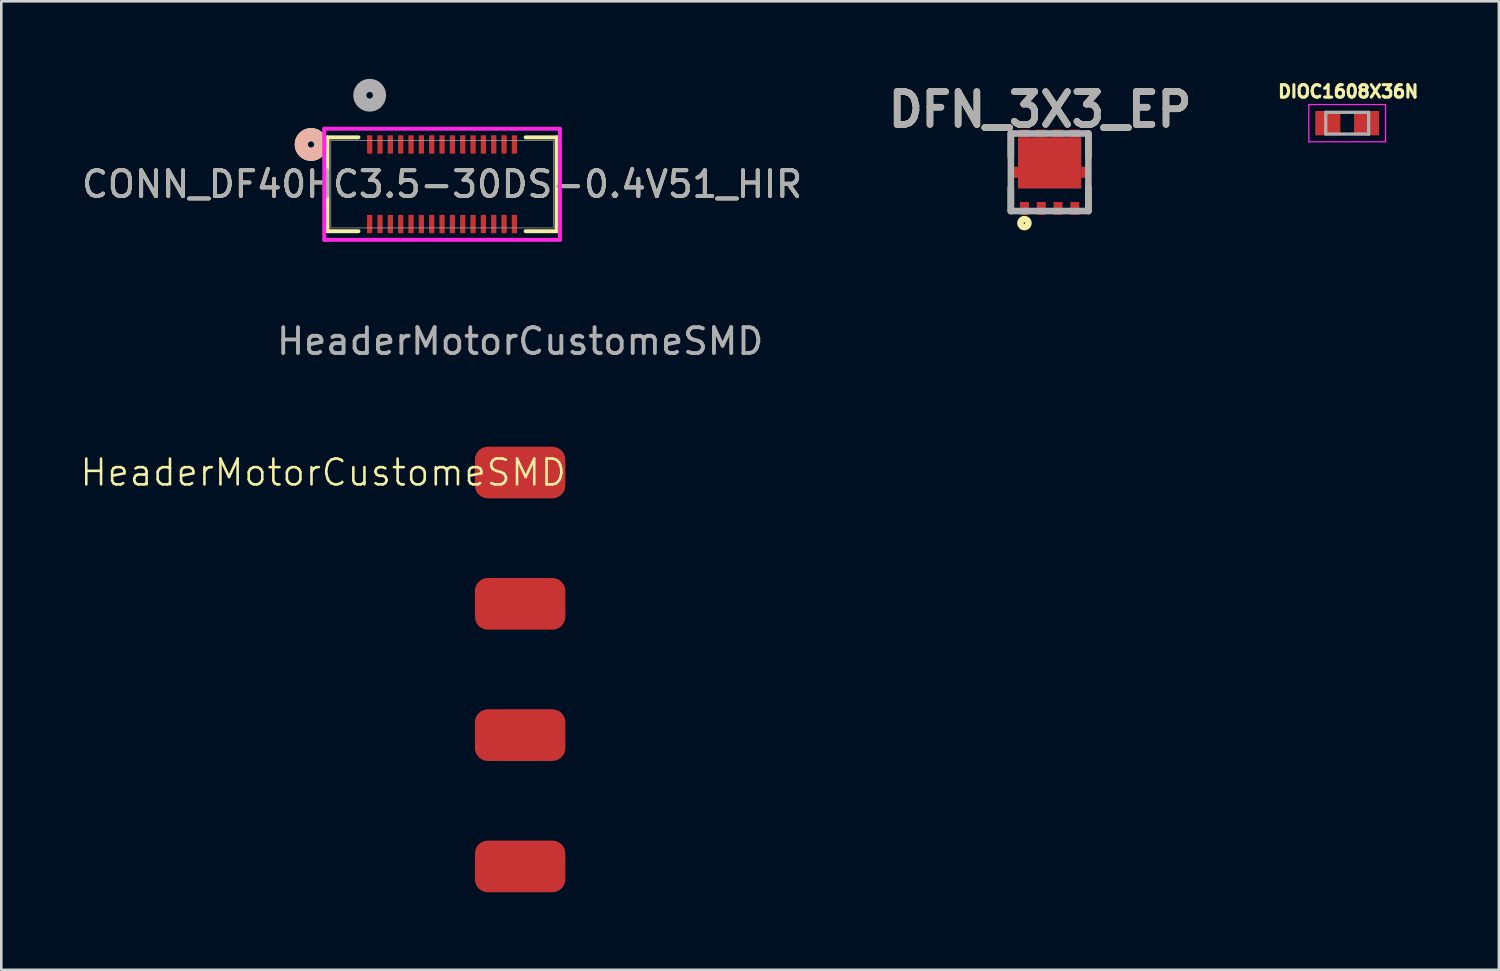
<source format=kicad_pcb>
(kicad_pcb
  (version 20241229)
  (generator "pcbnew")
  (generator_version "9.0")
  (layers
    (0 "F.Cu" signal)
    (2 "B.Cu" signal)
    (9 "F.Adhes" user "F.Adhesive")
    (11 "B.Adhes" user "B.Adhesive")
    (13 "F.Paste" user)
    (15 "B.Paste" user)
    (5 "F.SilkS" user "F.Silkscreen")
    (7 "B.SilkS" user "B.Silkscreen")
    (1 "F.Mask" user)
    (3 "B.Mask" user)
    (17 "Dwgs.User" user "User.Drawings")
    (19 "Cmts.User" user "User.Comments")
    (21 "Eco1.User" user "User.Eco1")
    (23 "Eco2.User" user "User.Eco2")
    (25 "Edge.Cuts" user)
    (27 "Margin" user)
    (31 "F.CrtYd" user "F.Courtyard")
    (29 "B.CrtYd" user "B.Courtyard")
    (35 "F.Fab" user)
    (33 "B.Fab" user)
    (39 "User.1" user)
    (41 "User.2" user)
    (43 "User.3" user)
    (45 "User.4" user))
  (footprint "DIOC1608X36N"
    (layer "F.Cu")
    (at 49.077 1.716)
    (property "Reference" "DIOC1608X36N" (at 0.039 -1.225 0) (layer "F.SilkS") (effects (font (size 0.48 0.48) (thickness 0.12))))
    (attr smd)
    (fp_line (start -1.485 -0.72) (end -1.485 0.72) (stroke (width 0.05) (type solid)) (layer "F.CrtYd"))
    (fp_line (start -1.485 0.72) (end 1.485 0.72) (stroke (width 0.05) (type solid)) (layer "F.CrtYd"))
    (fp_line (start 1.485 -0.72) (end -1.485 -0.72) (stroke (width 0.05) (type solid)) (layer "F.CrtYd"))
    (fp_line (start 1.485 0.72) (end 1.485 -0.72) (stroke (width 0.05) (type solid)) (layer "F.CrtYd"))
    (fp_line (start -0.83 -0.42) (end 0.83 -0.42) (stroke (width 0.127) (type solid)) (layer "F.Fab"))
    (fp_line (start -0.83 0.42) (end -0.83 -0.42) (stroke (width 0.127) (type solid)) (layer "F.Fab"))
    (fp_line (start 0.83 -0.42) (end 0.83 0.42) (stroke (width 0.127) (type solid)) (layer "F.Fab"))
    (fp_line (start 0.83 0.42) (end -0.83 0.42) (stroke (width 0.127) (type solid)) (layer "F.Fab"))
    (pad "1" smd rect (at -0.75 0) (size 0.97 0.94) (layers "F.Cu" "F.Mask" "F.Paste"))
    (pad "2" smd rect (at 0.75 0) (size 0.97 0.94) (layers "F.Cu" "F.Mask" "F.Paste")))
  (footprint "CONN_DF40HC3.5-30DS-0.4V51_HIR"
    (layer "F.Cu")
    (at 14.054 4.08)
    (property "Reference" "CONN_DF40HC3.5-30DS-0.4V51_HIR" (at 0 0 0) (unlocked yes) (layer "F.SilkS") (effects (font (size 1 1) (thickness 0.15))))
    (attr smd)
    (fp_line (start -4.432 -1.816) (end -4.432 1.816) (stroke (width 0.152) (type solid)) (layer "F.SilkS"))
    (fp_line (start -4.432 1.816) (end -3.234 1.816) (stroke (width 0.152) (type solid)) (layer "F.SilkS"))
    (fp_line (start -3.234 -1.816) (end -4.432 -1.816) (stroke (width 0.152) (type solid)) (layer "F.SilkS"))
    (fp_line (start 3.234 1.816) (end 4.432 1.816) (stroke (width 0.152) (type solid)) (layer "F.SilkS"))
    (fp_line (start 4.432 -1.816) (end 3.234 -1.816) (stroke (width 0.152) (type solid)) (layer "F.SilkS"))
    (fp_line (start 4.432 1.816) (end 4.432 -1.816) (stroke (width 0.152) (type solid)) (layer "F.SilkS"))
    (fp_circle (center -5.067 -1.54) (end -4.686 -1.54) (stroke (width 0.508) (type solid)) (fill no) (layer "F.SilkS"))
    (fp_circle (center -5.067 -1.54) (end -4.686 -1.54) (stroke (width 0.508) (type solid)) (fill no) (layer "B.SilkS"))
    (fp_line (start -4.559 -2.15) (end -4.559 2.15) (stroke (width 0.152) (type solid)) (layer "F.CrtYd"))
    (fp_line (start -4.559 2.15) (end 4.559 2.15) (stroke (width 0.152) (type solid)) (layer "F.CrtYd"))
    (fp_line (start 4.559 -2.15) (end -4.559 -2.15) (stroke (width 0.152) (type solid)) (layer "F.CrtYd"))
    (fp_line (start 4.559 2.15) (end 4.559 -2.15) (stroke (width 0.152) (type solid)) (layer "F.CrtYd"))
    (fp_line (start -4.305 -1.689) (end -4.305 1.689) (stroke (width 0.025) (type solid)) (layer "F.Fab"))
    (fp_line (start -4.305 1.689) (end 4.305 1.689) (stroke (width 0.025) (type solid)) (layer "F.Fab"))
    (fp_line (start 4.305 -1.689) (end -4.305 -1.689) (stroke (width 0.025) (type solid)) (layer "F.Fab"))
    (fp_line (start 4.305 1.689) (end 4.305 -1.689) (stroke (width 0.025) (type solid)) (layer "F.Fab"))
    (fp_circle (center -2.8 -3.445) (end -2.419 -3.445) (stroke (width 0.508) (type solid)) (fill no) (layer "F.Fab"))
    (fp_text user "${REFERENCE}" (at 0 0 0) (unlocked yes) (layer "F.Fab") (effects (font (size 1 1) (thickness 0.15))))
    (pad "1" smd rect (at -2.8 -1.54) (size 0.203 0.711) (layers "F.Cu" "F.Mask" "F.Paste"))
    (pad "2" smd rect (at -2.8 1.54) (size 0.203 0.711) (layers "F.Cu" "F.Mask" "F.Paste"))
    (pad "3" smd rect (at -2.4 -1.54) (size 0.203 0.711) (layers "F.Cu" "F.Mask" "F.Paste"))
    (pad "4" smd rect (at -2.4 1.54) (size 0.203 0.711) (layers "F.Cu" "F.Mask" "F.Paste"))
    (pad "5" smd rect (at -2 -1.54) (size 0.203 0.711) (layers "F.Cu" "F.Mask" "F.Paste"))
    (pad "6" smd rect (at -2 1.54) (size 0.203 0.711) (layers "F.Cu" "F.Mask" "F.Paste"))
    (pad "7" smd rect (at -1.6 -1.54) (size 0.203 0.711) (layers "F.Cu" "F.Mask" "F.Paste"))
    (pad "8" smd rect (at -1.6 1.54) (size 0.203 0.711) (layers "F.Cu" "F.Mask" "F.Paste"))
    (pad "9" smd rect (at -1.2 -1.54) (size 0.203 0.711) (layers "F.Cu" "F.Mask" "F.Paste"))
    (pad "10" smd rect (at -1.2 1.54) (size 0.203 0.711) (layers "F.Cu" "F.Mask" "F.Paste"))
    (pad "11" smd rect (at -0.8 -1.54) (size 0.203 0.711) (layers "F.Cu" "F.Mask" "F.Paste"))
    (pad "12" smd rect (at -0.8 1.54) (size 0.203 0.711) (layers "F.Cu" "F.Mask" "F.Paste"))
    (pad "13" smd rect (at -0.4 -1.54) (size 0.203 0.711) (layers "F.Cu" "F.Mask" "F.Paste"))
    (pad "14" smd rect (at -0.4 1.54) (size 0.203 0.711) (layers "F.Cu" "F.Mask" "F.Paste"))
    (pad "15" smd rect (at 0 -1.54) (size 0.203 0.711) (layers "F.Cu" "F.Mask" "F.Paste"))
    (pad "16" smd rect (at 0 1.54) (size 0.203 0.711) (layers "F.Cu" "F.Mask" "F.Paste"))
    (pad "17" smd rect (at 0.4 -1.54) (size 0.203 0.711) (layers "F.Cu" "F.Mask" "F.Paste"))
    (pad "18" smd rect (at 0.4 1.54) (size 0.203 0.711) (layers "F.Cu" "F.Mask" "F.Paste"))
    (pad "19" smd rect (at 0.8 -1.54) (size 0.203 0.711) (layers "F.Cu" "F.Mask" "F.Paste"))
    (pad "20" smd rect (at 0.8 1.54) (size 0.203 0.711) (layers "F.Cu" "F.Mask" "F.Paste"))
    (pad "21" smd rect (at 1.2 -1.54) (size 0.203 0.711) (layers "F.Cu" "F.Mask" "F.Paste"))
    (pad "22" smd rect (at 1.2 1.54) (size 0.203 0.711) (layers "F.Cu" "F.Mask" "F.Paste"))
    (pad "23" smd rect (at 1.6 -1.54) (size 0.203 0.711) (layers "F.Cu" "F.Mask" "F.Paste"))
    (pad "24" smd rect (at 1.6 1.54) (size 0.203 0.711) (layers "F.Cu" "F.Mask" "F.Paste"))
    (pad "25" smd rect (at 2 -1.54) (size 0.203 0.711) (layers "F.Cu" "F.Mask" "F.Paste"))
    (pad "26" smd rect (at 2 1.54) (size 0.203 0.711) (layers "F.Cu" "F.Mask" "F.Paste"))
    (pad "27" smd rect (at 2.4 -1.54) (size 0.203 0.711) (layers "F.Cu" "F.Mask" "F.Paste"))
    (pad "28" smd rect (at 2.4 1.54) (size 0.203 0.711) (layers "F.Cu" "F.Mask" "F.Paste"))
    (pad "29" smd rect (at 2.8 -1.54) (size 0.203 0.711) (layers "F.Cu" "F.Mask" "F.Paste"))
    (pad "30" smd rect (at 2.8 1.54) (size 0.203 0.711) (layers "F.Cu" "F.Mask" "F.Paste")))
  (footprint "HeaderMotorCustomeSMD"
    (layer "F.Cu")
    (at 17.075 22.854)
    (property "Reference" "HeaderMotorCustomeSMD" (at -7.62 -7.62 0) (unlocked yes) (layer "F.SilkS") (effects (font (size 1 1) (thickness 0.1))))
    (attr smd)
    (fp_text user "${REFERENCE}" (at 0 -12.7 0) (unlocked yes) (layer "F.Fab") (effects (font (size 1 1) (thickness 0.15))))
    (pad "1" smd roundrect (at 0 -7.62) (size 3.5 2) (layers "F.Cu" "F.Mask" "F.Paste") (roundrect_rratio 0.25))
    (pad "2" smd roundrect (at 0 -2.54) (size 3.5 2) (layers "F.Cu" "F.Mask" "F.Paste") (roundrect_rratio 0.25))
    (pad "3" smd roundrect (at 0 2.54) (size 3.5 2) (layers "F.Cu" "F.Mask" "F.Paste") (roundrect_rratio 0.25))
    (pad "4" smd roundrect (at 0 7.62) (size 3.5 2) (layers "F.Cu" "F.Mask" "F.Paste") (roundrect_rratio 0.25)))
  (footprint "DFN_3X3_EP"
    (layer "F.Cu")
    (at 37.563 3.615)
    (property "Reference" "DFN_3X3_EP" (at -0.366 -2.426 0) (layer "F.SilkS") (effects (font (size 1.27 1.27) (thickness 0.254))))
    (attr smd)
    (fp_line (start -1.5 -1.5) (end -1.5 -0.6) (stroke (width 0.254) (type solid)) (layer "F.SilkS"))
    (fp_line (start -1.5 1.5) (end -1.5 0.6) (stroke (width 0.254) (type solid)) (layer "F.SilkS"))
    (fp_line (start 1.5 -1.5) (end 1.5 -0.6) (stroke (width 0.254) (type solid)) (layer "F.SilkS"))
    (fp_line (start 1.5 1.5) (end 1.5 0.6) (stroke (width 0.254) (type solid)) (layer "F.SilkS"))
    (fp_circle (center -0.976 1.967) (end -0.976 1.994) (stroke (width 0.254) (type solid)) (fill no) (layer "F.SilkS"))
    (fp_line (start -1.5 -1.5) (end 1.5 -1.5) (stroke (width 0.254) (type solid)) (layer "F.Fab"))
    (fp_line (start -1.5 1.5) (end -1.5 -1.5) (stroke (width 0.254) (type solid)) (layer "F.Fab"))
    (fp_line (start 1.5 -1.5) (end 1.5 1.5) (stroke (width 0.254) (type solid)) (layer "F.Fab"))
    (fp_line (start 1.5 1.5) (end -1.5 1.5) (stroke (width 0.254) (type solid)) (layer "F.Fab"))
    (fp_text user "${REFERENCE}" (at -0.366 -2.426 0) (layer "F.Fab") (effects (font (size 1.27 1.27) (thickness 0.254))))
    (pad "1" smd rect (at -0.975 1.4) (size 0.35 0.5) (layers "F.Cu" "F.Mask" "F.Paste"))
    (pad "2" smd rect (at -0.325 1.4) (size 0.35 0.5) (layers "F.Cu" "F.Mask" "F.Paste"))
    (pad "3" smd rect (at 0.325 1.4) (size 0.35 0.5) (layers "F.Cu" "F.Mask" "F.Paste"))
    (pad "4" smd rect (at 0.975 1.4) (size 0.35 0.5) (layers "F.Cu" "F.Mask" "F.Paste"))
    (pad "5" smd rect (at 0.975 -1.5 90) (size 0.3 0.4) (layers "F.Cu" "F.Mask" "F.Paste"))
    (pad "6" smd rect (at 0.325 -1.5 90) (size 0.3 0.4) (layers "F.Cu" "F.Mask" "F.Paste"))
    (pad "7" smd rect (at -0.325 -1.5 90) (size 0.3 0.4) (layers "F.Cu" "F.Mask" "F.Paste"))
    (pad "8" smd rect (at -1.415 0) (size 0.38 0.43) (layers "F.Cu" "F.Mask" "F.Paste"))
    (pad "8" smd rect (at -0.975 -1.5 90) (size 0.3 0.4) (layers "F.Cu" "F.Mask" "F.Paste"))
    (pad "8" smd rect (at 0 -0.36 90) (size 1.98 2.45) (layers "F.Cu" "F.Mask" "F.Paste"))
    (pad "8" smd rect (at 1.415 0) (size 0.38 0.43) (layers "F.Cu" "F.Mask" "F.Paste")))
  (gr_rect
    (start -3 -3)
    (end 54.945 34.474)
    (stroke (width 0.1) (type default))
    (fill no)
    (layer "Edge.Cuts")))
</source>
